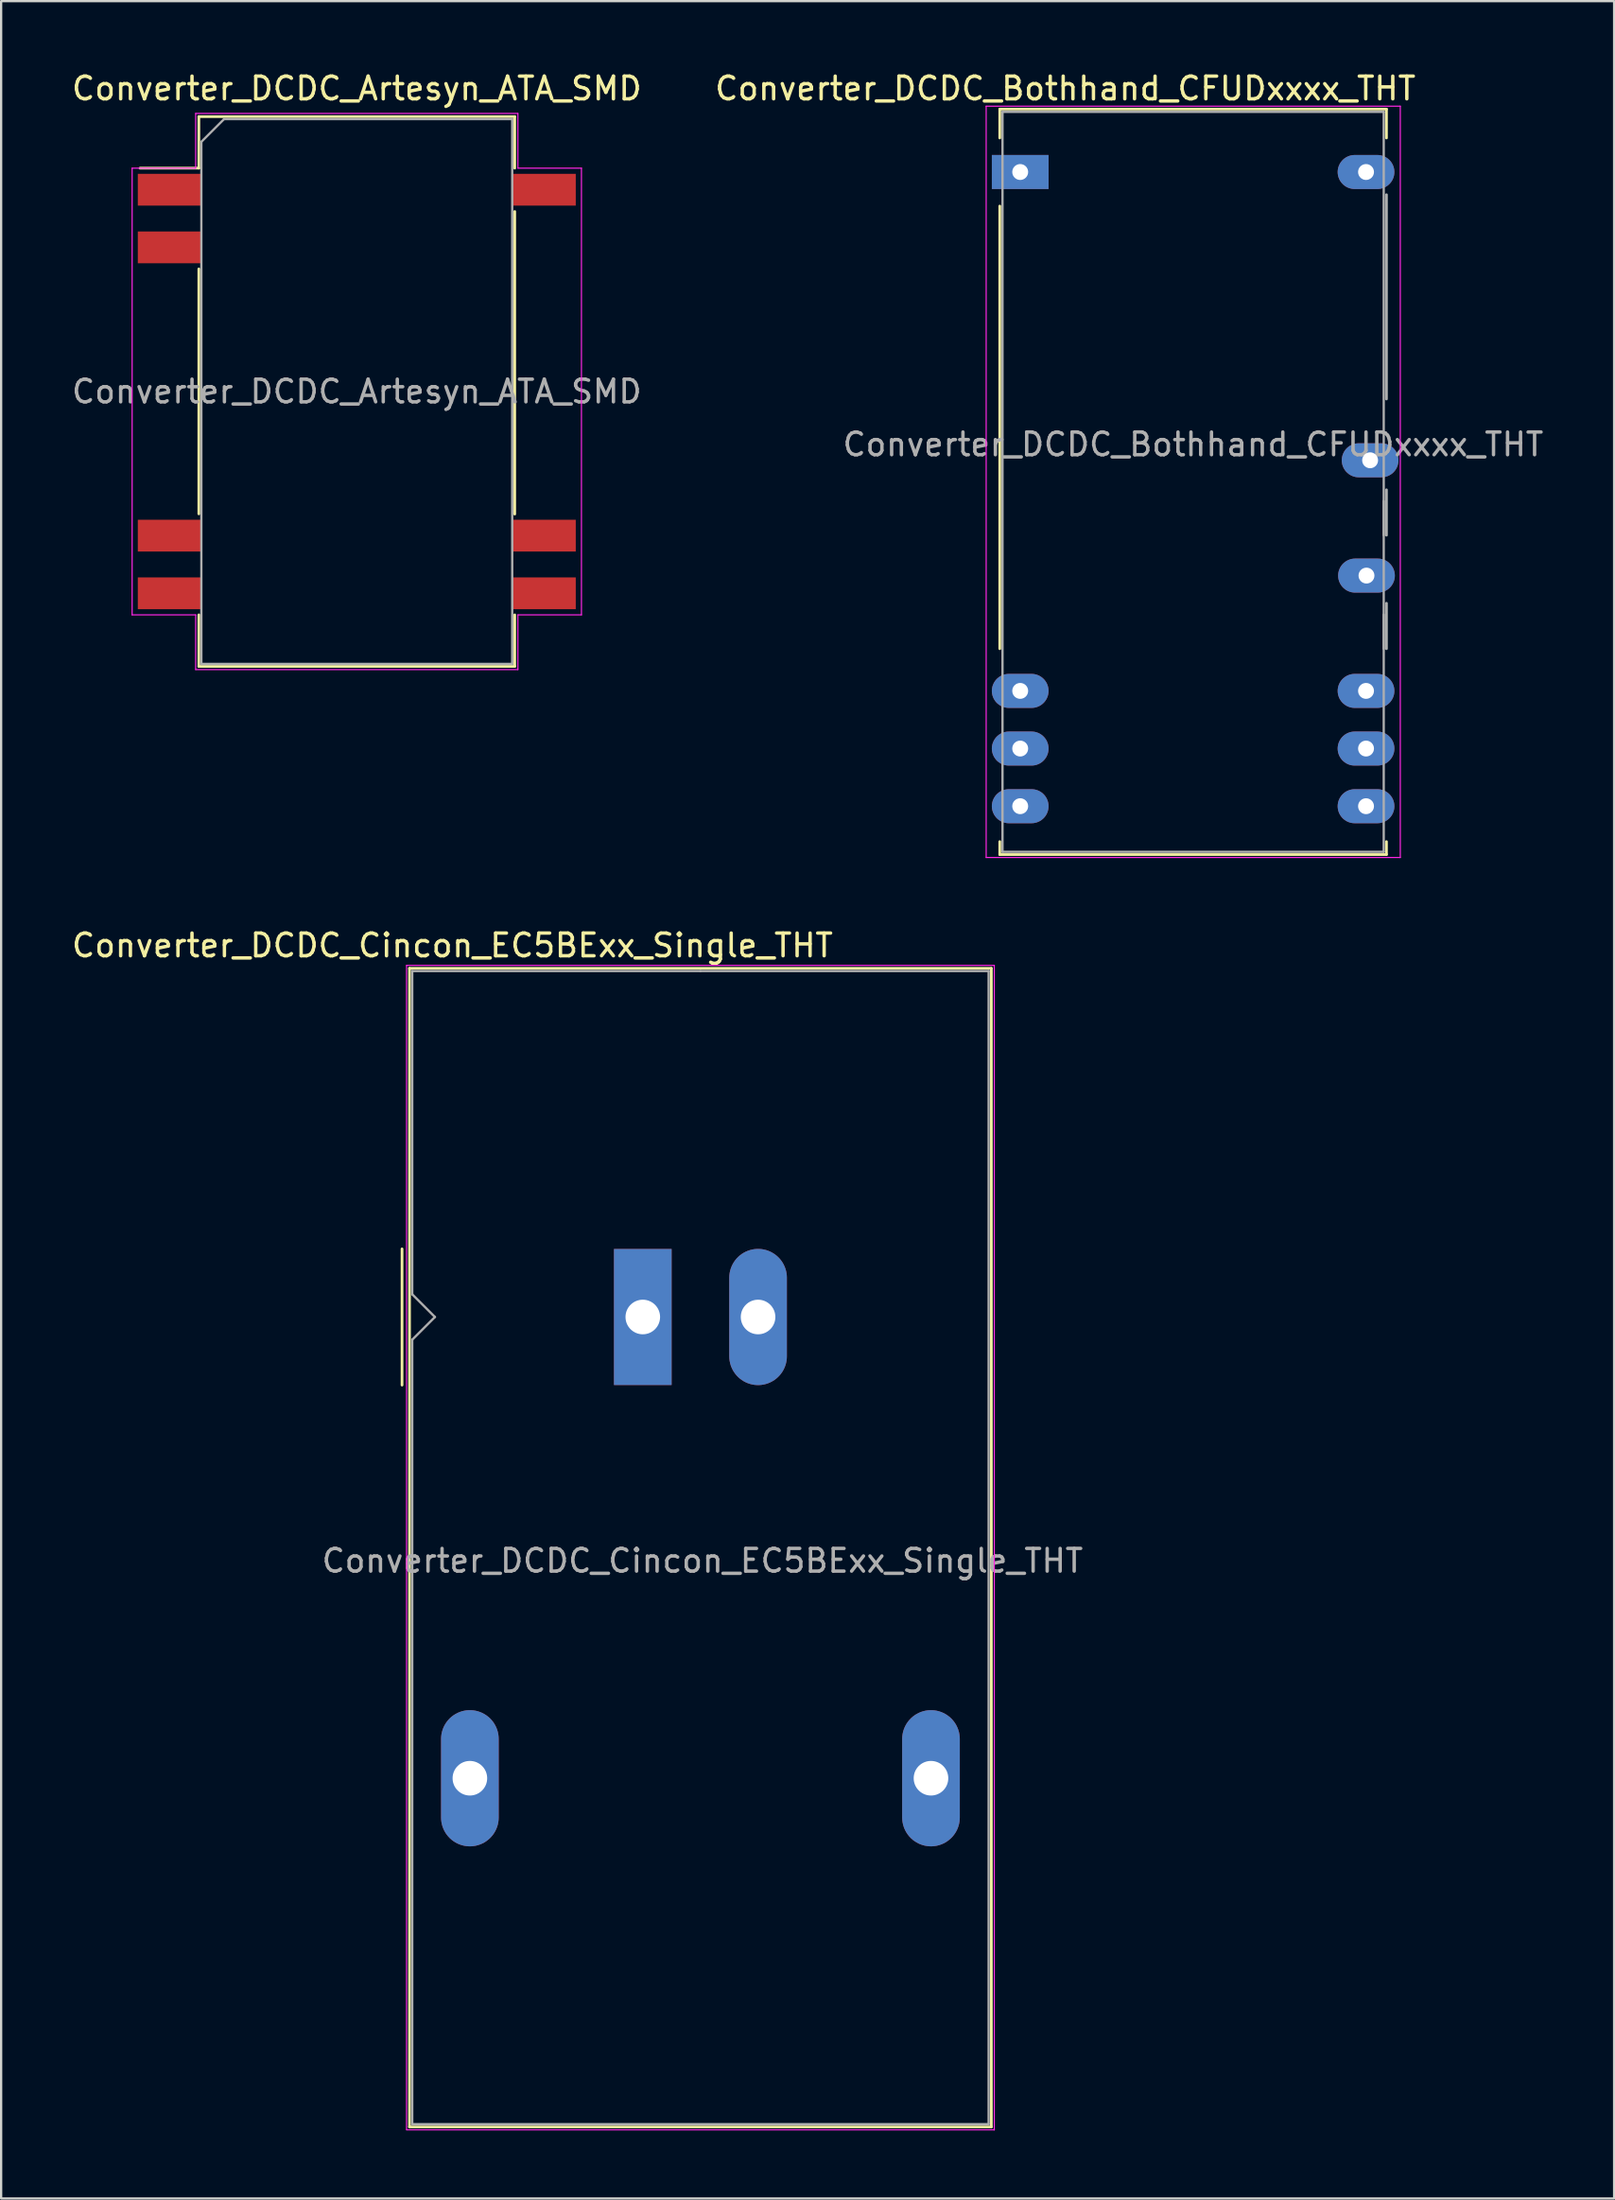
<source format=kicad_pcb>
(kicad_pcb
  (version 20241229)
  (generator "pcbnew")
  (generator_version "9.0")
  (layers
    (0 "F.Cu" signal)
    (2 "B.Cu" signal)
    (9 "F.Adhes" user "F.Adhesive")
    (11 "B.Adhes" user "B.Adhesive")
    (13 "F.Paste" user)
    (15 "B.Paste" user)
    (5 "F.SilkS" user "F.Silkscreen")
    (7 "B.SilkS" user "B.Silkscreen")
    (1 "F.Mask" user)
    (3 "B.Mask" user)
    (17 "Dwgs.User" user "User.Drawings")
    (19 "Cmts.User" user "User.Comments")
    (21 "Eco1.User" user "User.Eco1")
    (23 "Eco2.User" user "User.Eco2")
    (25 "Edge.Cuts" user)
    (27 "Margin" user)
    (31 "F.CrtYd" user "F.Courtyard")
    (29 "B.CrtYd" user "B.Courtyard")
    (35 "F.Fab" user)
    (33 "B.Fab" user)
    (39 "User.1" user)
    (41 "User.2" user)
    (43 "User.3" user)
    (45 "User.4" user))
  (footprint "Converter_DCDC_Cincon_EC5BExx_Single_THT"
    (layer "F.Cu")
    (at 25.277 54.971)
    (property "Reference" "Converter_DCDC_Cincon_EC5BExx_Single_THT" (at -8.39 -16.37 180) (layer "F.SilkS") (effects (font (size 1 1) (thickness 0.15))))
    (attr through_hole)
    (fp_line (start -10.61 -3) (end -10.61 3) (stroke (width 0.12) (type solid)) (layer "F.SilkS"))
    (fp_line (start -10.28 -15.36) (end 15.36 -15.36) (stroke (width 0.12) (type solid)) (layer "F.SilkS"))
    (fp_line (start -10.28 35.68) (end -10.28 -15.36) (stroke (width 0.12) (type solid)) (layer "F.SilkS"))
    (fp_line (start 15.36 -15.36) (end 15.36 35.68) (stroke (width 0.12) (type solid)) (layer "F.SilkS"))
    (fp_line (start 15.36 35.68) (end -10.28 35.68) (stroke (width 0.12) (type solid)) (layer "F.SilkS"))
    (fp_line (start -10.41 -15.49) (end 15.49 -15.49) (stroke (width 0.05) (type solid)) (layer "F.CrtYd"))
    (fp_line (start -10.41 35.8) (end -10.41 -15.49) (stroke (width 0.05) (type solid)) (layer "F.CrtYd"))
    (fp_line (start -10.41 35.81) (end 15.49 35.81) (stroke (width 0.05) (type solid)) (layer "F.CrtYd"))
    (fp_line (start 15.49 35.81) (end 15.49 -15.49) (stroke (width 0.05) (type solid)) (layer "F.CrtYd"))
    (fp_line (start -10.16 -1) (end -10.16 -15.24) (stroke (width 0.1) (type solid)) (layer "F.Fab"))
    (fp_line (start -10.16 1) (end -10.16 35.56) (stroke (width 0.1) (type solid)) (layer "F.Fab"))
    (fp_line (start -10.16 1) (end -9.16 0) (stroke (width 0.1) (type solid)) (layer "F.Fab"))
    (fp_line (start -10.16 35.56) (end 15.24 35.56) (stroke (width 0.1) (type solid)) (layer "F.Fab"))
    (fp_line (start -9.16 0) (end -10.16 -1) (stroke (width 0.1) (type solid)) (layer "F.Fab"))
    (fp_line (start 2.54 -15.24) (end -10.16 -15.24) (stroke (width 0.1) (type solid)) (layer "F.Fab"))
    (fp_line (start 15.24 -15.24) (end 2.54 -15.24) (stroke (width 0.1) (type solid)) (layer "F.Fab"))
    (fp_line (start 15.24 35.56) (end 15.24 -15.24) (stroke (width 0.1) (type solid)) (layer "F.Fab"))
    (fp_text user "${REFERENCE}" (at 2.63 10.74 0) (layer "F.Fab") (effects (font (size 1 1) (thickness 0.15))))
    (pad "1" thru_hole rect (at 0 0 90) (size 5.994 2.54) (drill 1.524) (layers "*.Cu" "*.Mask"))
    (pad "2" thru_hole oval (at 5.08 0 90) (size 6 2.54) (drill 1.524) (layers "*.Cu" "*.Mask"))
    (pad "3" thru_hole oval (at -7.62 20.32 90) (size 6 2.54) (drill 1.524) (layers "*.Cu" "*.Mask"))
    (pad "5" thru_hole oval (at 12.7 20.32 90) (size 6 2.54) (drill 1.524) (layers "*.Cu" "*.Mask")))
  (footprint "Converter_DCDC_Artesyn_ATA_SMD"
    (layer "F.Cu")
    (at 12.673 14.198)
    (property "Reference" "Converter_DCDC_Artesyn_ATA_SMD" (at 0 -13.35 0) (layer "F.SilkS") (effects (font (size 1 1) (thickness 0.15))))
    (attr smd)
    (fp_line (start -6.96 -12.11) (end -6.96 -9.84) (stroke (width 0.12) (type solid)) (layer "F.SilkS"))
    (fp_line (start -6.96 -9.84) (end -9.55 -9.84) (stroke (width 0.12) (type solid)) (layer "F.SilkS"))
    (fp_line (start -6.96 -5.4) (end -6.96 5.39) (stroke (width 0.12) (type solid)) (layer "F.SilkS"))
    (fp_line (start -6.96 9.84) (end -6.96 12.11) (stroke (width 0.12) (type solid)) (layer "F.SilkS"))
    (fp_line (start 6.96 -12.11) (end -6.96 -12.11) (stroke (width 0.12) (type solid)) (layer "F.SilkS"))
    (fp_line (start 6.96 -12.11) (end 6.96 -9.84) (stroke (width 0.12) (type solid)) (layer "F.SilkS"))
    (fp_line (start 6.96 -7.93) (end 6.96 5.4) (stroke (width 0.12) (type solid)) (layer "F.SilkS"))
    (fp_line (start 6.96 9.84) (end 6.96 12.11) (stroke (width 0.12) (type solid)) (layer "F.SilkS"))
    (fp_line (start 6.96 12.11) (end -6.96 12.11) (stroke (width 0.12) (type solid)) (layer "F.SilkS"))
    (fp_line (start -9.9 -9.84) (end -9.9 9.84) (stroke (width 0.05) (type solid)) (layer "F.CrtYd"))
    (fp_line (start -9.9 -9.84) (end -7.1 -9.84) (stroke (width 0.05) (type solid)) (layer "F.CrtYd"))
    (fp_line (start -9.9 9.84) (end -7.1 9.84) (stroke (width 0.05) (type solid)) (layer "F.CrtYd"))
    (fp_line (start -7.1 -9.84) (end -7.1 -12.25) (stroke (width 0.05) (type solid)) (layer "F.CrtYd"))
    (fp_line (start -7.1 9.84) (end -7.1 12.25) (stroke (width 0.05) (type solid)) (layer "F.CrtYd"))
    (fp_line (start -7.1 12.25) (end 7.1 12.25) (stroke (width 0.05) (type solid)) (layer "F.CrtYd"))
    (fp_line (start 7.1 -12.25) (end -7.1 -12.25) (stroke (width 0.05) (type solid)) (layer "F.CrtYd"))
    (fp_line (start 7.1 -12.25) (end 7.1 -9.84) (stroke (width 0.05) (type solid)) (layer "F.CrtYd"))
    (fp_line (start 7.1 -9.84) (end 9.9 -9.84) (stroke (width 0.05) (type solid)) (layer "F.CrtYd"))
    (fp_line (start 7.1 9.84) (end 7.1 12.25) (stroke (width 0.05) (type solid)) (layer "F.CrtYd"))
    (fp_line (start 9.9 9.84) (end 7.1 9.84) (stroke (width 0.05) (type solid)) (layer "F.CrtYd"))
    (fp_line (start 9.9 9.84) (end 9.9 -9.84) (stroke (width 0.05) (type solid)) (layer "F.CrtYd"))
    (fp_line (start -6.85 -11) (end -6.85 12) (stroke (width 0.1) (type solid)) (layer "F.Fab"))
    (fp_line (start -6.85 -11) (end -5.85 -12) (stroke (width 0.1) (type solid)) (layer "F.Fab"))
    (fp_line (start -6.85 12) (end 6.85 12) (stroke (width 0.1) (type solid)) (layer "F.Fab"))
    (fp_line (start 6.85 -12) (end -5.85 -12) (stroke (width 0.1) (type solid)) (layer "F.Fab"))
    (fp_line (start 6.85 12) (end 6.85 -12) (stroke (width 0.1) (type solid)) (layer "F.Fab"))
    (fp_text user "${REFERENCE}" (at 0 0 0) (layer "F.Fab") (effects (font (size 1 1) (thickness 0.15))))
    (pad "1" smd rect (at -8.25 -8.89) (size 2.8 1.4) (layers "F.Cu" "F.Mask" "F.Paste"))
    (pad "2" smd rect (at -8.25 -6.35) (size 2.8 1.4) (layers "F.Cu" "F.Mask" "F.Paste"))
    (pad "7" smd rect (at -8.25 6.35) (size 2.8 1.4) (layers "F.Cu" "F.Mask" "F.Paste"))
    (pad "8" smd rect (at -8.25 8.89) (size 2.8 1.4) (layers "F.Cu" "F.Mask" "F.Paste"))
    (pad "9" smd rect (at 8.25 8.89) (size 2.8 1.4) (layers "F.Cu" "F.Mask" "F.Paste"))
    (pad "10" smd rect (at 8.25 6.35) (size 2.8 1.4) (layers "F.Cu" "F.Mask" "F.Paste"))
    (pad "16" smd rect (at 8.25 -8.89) (size 2.8 1.4) (layers "F.Cu" "F.Mask" "F.Paste")))
  (footprint "Converter_DCDC_Bothhand_CFUDxxxx_THT"
    (layer "F.Cu")
    (at 41.909 4.528)
    (property "Reference" "Converter_DCDC_Bothhand_CFUDxxxx_THT" (at 1.99 -3.68 0) (layer "F.SilkS") (effects (font (size 1 1) (thickness 0.15))))
    (attr through_hole)
    (fp_line (start -0.9 -2.77) (end 16.14 -2.77) (stroke (width 0.12) (type solid)) (layer "F.SilkS"))
    (fp_line (start -0.9 -1.5) (end -0.9 -2.77) (stroke (width 0.12) (type solid)) (layer "F.SilkS"))
    (fp_line (start -0.9 1.5) (end -0.9 21) (stroke (width 0.12) (type solid)) (layer "F.SilkS"))
    (fp_line (start -0.9 29.5) (end -0.9 30.07) (stroke (width 0.12) (type solid)) (layer "F.SilkS"))
    (fp_line (start -0.9 30.07) (end 16.14 30.07) (stroke (width 0.12) (type solid)) (layer "F.SilkS"))
    (fp_line (start 16.14 -2.77) (end 16.14 -1.5) (stroke (width 0.12) (type solid)) (layer "F.SilkS"))
    (fp_line (start 16.14 30.07) (end 16.14 29.5) (stroke (width 0.12) (type solid)) (layer "F.SilkS"))
    (fp_line (start -1.5 -2.9) (end -1.5 30.2) (stroke (width 0.05) (type solid)) (layer "F.CrtYd"))
    (fp_line (start -1.5 -2.9) (end 16.75 -2.9) (stroke (width 0.05) (type solid)) (layer "F.CrtYd"))
    (fp_line (start -1.5 30.2) (end 16.75 30.2) (stroke (width 0.05) (type solid)) (layer "F.CrtYd"))
    (fp_line (start 16.75 -2.9) (end 16.75 30.2) (stroke (width 0.05) (type solid)) (layer "F.CrtYd"))
    (fp_line (start -0.78 -2.65) (end 16.02 -2.65) (stroke (width 0.1) (type solid)) (layer "F.Fab"))
    (fp_line (start -0.78 29.95) (end -0.78 -2.65) (stroke (width 0.1) (type solid)) (layer "F.Fab"))
    (fp_line (start 16.02 -2.65) (end 16.02 29.95) (stroke (width 0.1) (type solid)) (layer "F.Fab"))
    (fp_line (start 16.02 14.5) (end 16.02 16) (stroke (width 0.1) (type solid)) (layer "F.Fab"))
    (fp_line (start 16.02 19.5) (end 16.02 21) (stroke (width 0.1) (type solid)) (layer "F.Fab"))
    (fp_line (start 16.02 29.95) (end -0.78 29.95) (stroke (width 0.1) (type solid)) (layer "F.Fab"))
    (fp_line (start 16.14 1) (end 16.14 10) (stroke (width 0.12) (type solid)) (layer "F.Fab"))
    (fp_line (start 16.14 14) (end 16.14 16) (stroke (width 0.12) (type solid)) (layer "F.Fab"))
    (fp_line (start 16.14 19) (end 16.14 21) (stroke (width 0.12) (type solid)) (layer "F.Fab"))
    (fp_text user "${REFERENCE}" (at 7.62 12 0) (layer "F.Fab") (effects (font (size 1 1) (thickness 0.15))))
    (pad "1" thru_hole rect (at 0 0) (size 2.5 1.5) (drill 0.7) (layers "*.Cu" "*.Mask"))
    (pad "10" thru_hole oval (at 0 22.86) (size 2.5 1.5) (drill 0.7) (layers "*.Cu" "*.Mask"))
    (pad "11" thru_hole oval (at 0 25.4) (size 2.5 1.5) (drill 0.7) (layers "*.Cu" "*.Mask"))
    (pad "12" thru_hole oval (at 0 27.94) (size 2.5 1.5) (drill 0.7) (layers "*.Cu" "*.Mask"))
    (pad "13" thru_hole oval (at 15.24 27.94) (size 2.5 1.5) (drill 0.7) (layers "*.Cu" "*.Mask"))
    (pad "14" thru_hole oval (at 15.24 25.4) (size 2.5 1.5) (drill 0.7) (layers "*.Cu" "*.Mask"))
    (pad "15" thru_hole oval (at 15.24 22.86) (size 2.5 1.5) (drill 0.7) (layers "*.Cu" "*.Mask"))
    (pad "17" thru_hole oval (at 15.26 17.78) (size 2.5 1.5) (drill 0.7) (layers "*.Cu" "*.Mask"))
    (pad "19" thru_hole oval (at 15.42 12.7) (size 2.5 1.5) (drill 0.7) (layers "*.Cu" "*.Mask"))
    (pad "24" thru_hole oval (at 15.24 0) (size 2.5 1.5) (drill 0.7) (layers "*.Cu" "*.Mask")))
  (gr_rect
    (start -3 -3)
    (end 68.082 93.806)
    (stroke (width 0.1) (type default))
    (fill no)
    (layer "Edge.Cuts")))
</source>
